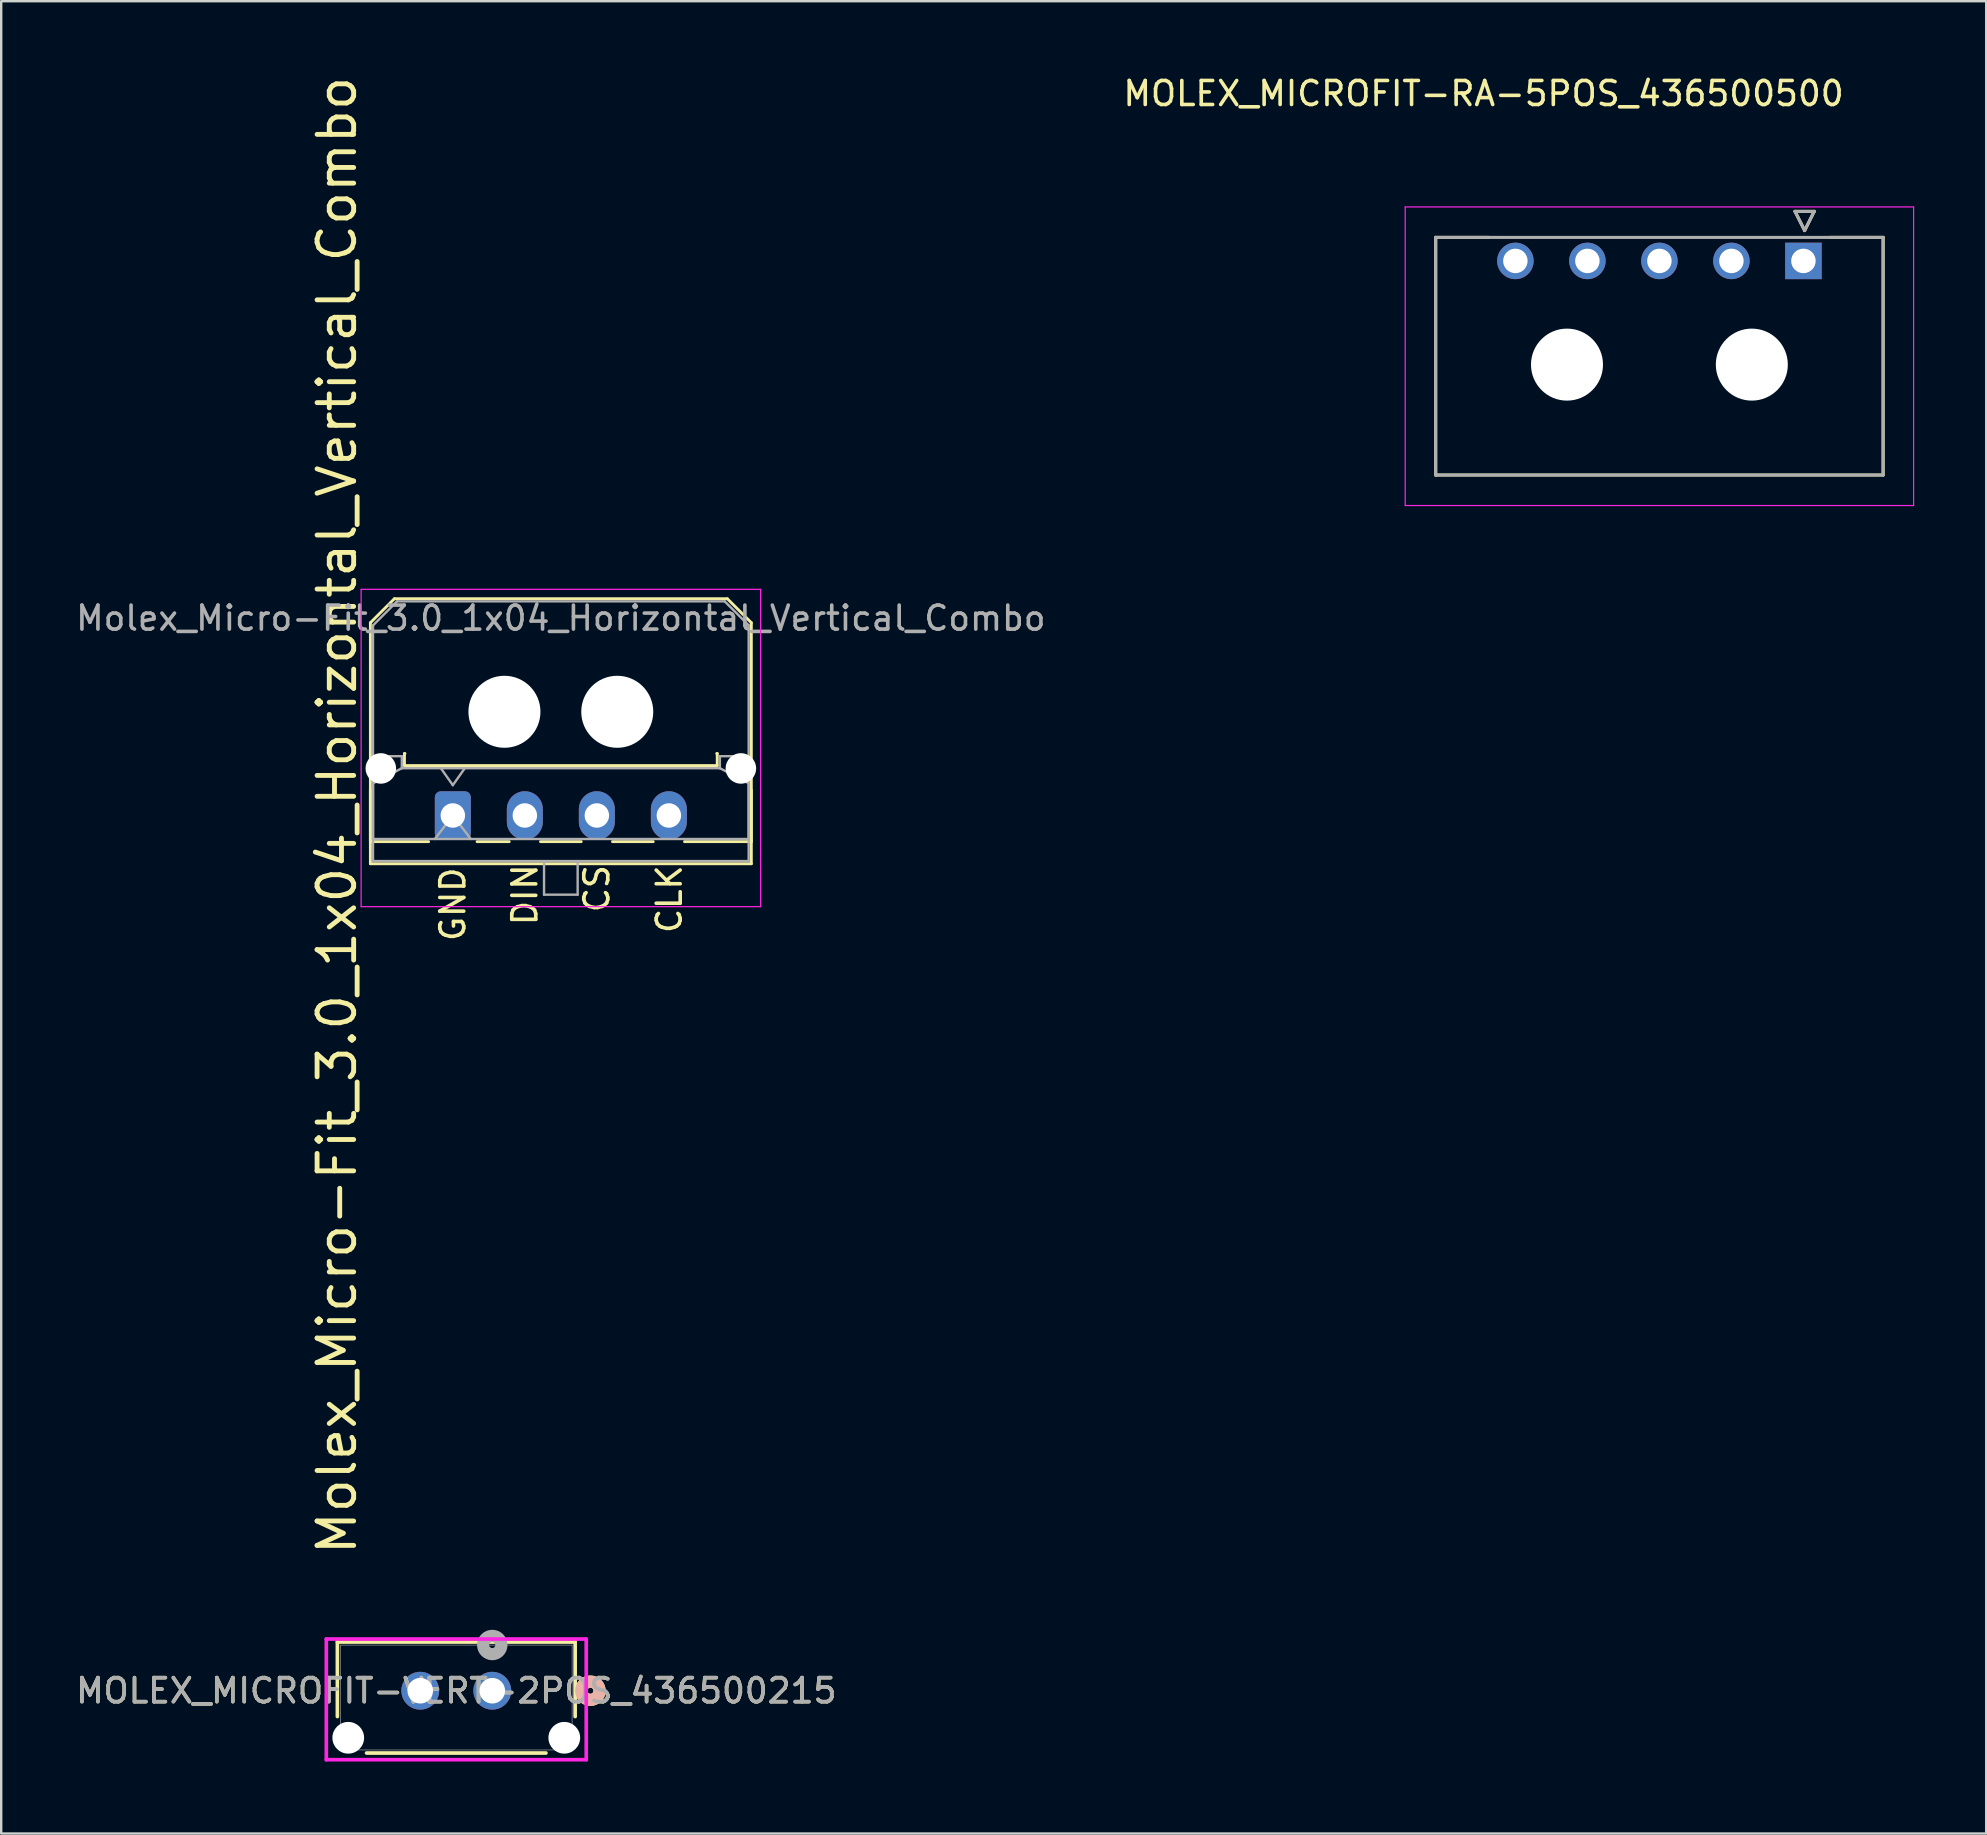
<source format=kicad_pcb>
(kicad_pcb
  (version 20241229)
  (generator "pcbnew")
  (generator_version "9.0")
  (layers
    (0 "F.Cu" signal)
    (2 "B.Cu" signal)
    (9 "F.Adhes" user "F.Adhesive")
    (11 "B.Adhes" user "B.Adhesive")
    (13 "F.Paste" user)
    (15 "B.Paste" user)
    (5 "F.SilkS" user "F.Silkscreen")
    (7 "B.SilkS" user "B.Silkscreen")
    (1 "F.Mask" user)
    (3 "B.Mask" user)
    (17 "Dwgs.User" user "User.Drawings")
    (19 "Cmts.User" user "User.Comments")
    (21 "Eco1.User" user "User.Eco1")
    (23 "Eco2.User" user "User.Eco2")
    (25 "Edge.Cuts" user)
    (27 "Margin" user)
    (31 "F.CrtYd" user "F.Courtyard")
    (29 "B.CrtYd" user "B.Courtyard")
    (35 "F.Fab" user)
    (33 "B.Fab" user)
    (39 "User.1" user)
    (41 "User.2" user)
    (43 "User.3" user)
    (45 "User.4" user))
  (footprint "Molex_Micro-Fit_3.0_1x04_Horizontal_Vertical_Combo"
    (layer "F.Cu")
    (at 15.815 30.923)
    (property "Reference" "Molex_Micro-Fit_3.0_1x04_Horizontal_Vertical_Combo" (at -4.826 0 90) (layer "F.SilkS") (effects (font (size 1.524 1.524) (thickness 0.203))))
    (attr through_hole)
    (fp_line (start -3.435 -8.03) (end -2.435 -9.03) (stroke (width 0.12) (type solid)) (layer "F.SilkS"))
    (fp_line (start -3.435 -1.065) (end -3.435 2.01) (stroke (width 0.12) (type solid)) (layer "F.SilkS"))
    (fp_line (start -3.435 1.09) (end -3.435 -8.03) (stroke (width 0.12) (type solid)) (layer "F.SilkS"))
    (fp_line (start -3.435 1.09) (end -1.01 1.09) (stroke (width 0.12) (type solid)) (layer "F.SilkS"))
    (fp_line (start -3.435 2.01) (end 12.435 2.01) (stroke (width 0.12) (type solid)) (layer "F.SilkS"))
    (fp_line (start -2.435 -9.03) (end 11.435 -9.03) (stroke (width 0.12) (type solid)) (layer "F.SilkS"))
    (fp_line (start -2.015 -2.58) (end -2.015 -2.08) (stroke (width 0.12) (type solid)) (layer "F.SilkS"))
    (fp_line (start -2.015 -2.08) (end 11.015 -2.08) (stroke (width 0.12) (type solid)) (layer "F.SilkS"))
    (fp_line (start -1.995 -2.58) (end -2.015 -2.58) (stroke (width 0.12) (type solid)) (layer "F.SilkS"))
    (fp_line (start 1.01 1.09) (end 2.348 1.09) (stroke (width 0.12) (type solid)) (layer "F.SilkS"))
    (fp_line (start 3.652 1.09) (end 5.348 1.09) (stroke (width 0.12) (type solid)) (layer "F.SilkS"))
    (fp_line (start 6.652 1.09) (end 8.348 1.09) (stroke (width 0.12) (type solid)) (layer "F.SilkS"))
    (fp_line (start 11.015 -2.58) (end 10.995 -2.58) (stroke (width 0.12) (type solid)) (layer "F.SilkS"))
    (fp_line (start 11.015 -2.08) (end 11.015 -2.58) (stroke (width 0.12) (type solid)) (layer "F.SilkS"))
    (fp_line (start 11.435 -9.03) (end 12.435 -8.03) (stroke (width 0.12) (type solid)) (layer "F.SilkS"))
    (fp_line (start 12.435 -8.03) (end 12.435 1.09) (stroke (width 0.12) (type solid)) (layer "F.SilkS"))
    (fp_line (start 12.435 1.09) (end 9.652 1.09) (stroke (width 0.12) (type solid)) (layer "F.SilkS"))
    (fp_line (start 12.435 2.01) (end 12.435 -1.065) (stroke (width 0.12) (type solid)) (layer "F.SilkS"))
    (fp_line (start -3.82 -9.42) (end 12.82 -9.42) (stroke (width 0.05) (type solid)) (layer "F.CrtYd"))
    (fp_line (start -3.82 3.8) (end -3.82 -9.42) (stroke (width 0.05) (type solid)) (layer "F.CrtYd"))
    (fp_line (start 12.82 -9.42) (end 12.82 3.8) (stroke (width 0.05) (type solid)) (layer "F.CrtYd"))
    (fp_line (start 12.82 3.8) (end -3.82 3.8) (stroke (width 0.05) (type solid)) (layer "F.CrtYd"))
    (fp_line (start -3.325 -7.92) (end -2.325 -8.92) (stroke (width 0.1) (type solid)) (layer "F.Fab"))
    (fp_line (start -3.325 -2.47) (end -3.325 1.9) (stroke (width 0.1) (type solid)) (layer "F.Fab"))
    (fp_line (start -3.325 -1.34) (end -2.125 -1.97) (stroke (width 0.1) (type solid)) (layer "F.Fab"))
    (fp_line (start -3.325 0.98) (end -3.325 -7.92) (stroke (width 0.1) (type solid)) (layer "F.Fab"))
    (fp_line (start -3.325 1.9) (end 12.325 1.9) (stroke (width 0.1) (type solid)) (layer "F.Fab"))
    (fp_line (start -2.325 -8.92) (end 11.325 -8.92) (stroke (width 0.1) (type solid)) (layer "F.Fab"))
    (fp_line (start -2.125 -2.47) (end -3.325 -2.47) (stroke (width 0.1) (type solid)) (layer "F.Fab"))
    (fp_line (start -2.125 -1.97) (end -2.125 -2.47) (stroke (width 0.1) (type solid)) (layer "F.Fab"))
    (fp_line (start -0.75 0.98) (end 0 0) (stroke (width 0.1) (type solid)) (layer "F.Fab"))
    (fp_line (start -0.5 -1.97) (end 0 -1.263) (stroke (width 0.1) (type solid)) (layer "F.Fab"))
    (fp_line (start 0 -1.263) (end 0.5 -1.97) (stroke (width 0.1) (type solid)) (layer "F.Fab"))
    (fp_line (start 0 0) (end 0.75 0.98) (stroke (width 0.1) (type solid)) (layer "F.Fab"))
    (fp_line (start 3.8 1.9) (end 3.8 3.3) (stroke (width 0.1) (type solid)) (layer "F.Fab"))
    (fp_line (start 3.8 3.3) (end 5.2 3.3) (stroke (width 0.1) (type solid)) (layer "F.Fab"))
    (fp_line (start 5.2 3.3) (end 5.2 1.9) (stroke (width 0.1) (type solid)) (layer "F.Fab"))
    (fp_line (start 11.125 -2.47) (end 11.125 -1.97) (stroke (width 0.1) (type solid)) (layer "F.Fab"))
    (fp_line (start 11.125 -1.97) (end -2.125 -1.97) (stroke (width 0.1) (type solid)) (layer "F.Fab"))
    (fp_line (start 11.325 -8.92) (end 12.325 -7.92) (stroke (width 0.1) (type solid)) (layer "F.Fab"))
    (fp_line (start 12.325 -7.92) (end 12.325 0.98) (stroke (width 0.1) (type solid)) (layer "F.Fab"))
    (fp_line (start 12.325 -2.47) (end 11.125 -2.47) (stroke (width 0.1) (type solid)) (layer "F.Fab"))
    (fp_line (start 12.325 -1.34) (end 11.125 -1.97) (stroke (width 0.1) (type solid)) (layer "F.Fab"))
    (fp_line (start 12.325 0.98) (end -3.325 0.98) (stroke (width 0.1) (type solid)) (layer "F.Fab"))
    (fp_line (start 12.325 1.9) (end 12.325 -2.47) (stroke (width 0.1) (type solid)) (layer "F.Fab"))
    (fp_text user "DIN" (at 3 3.302 90) (layer "F.SilkS") (effects (font (size 1 1) (thickness 0.15))))
    (fp_text user "CS" (at 6 3.048 90) (layer "F.SilkS") (effects (font (size 1 1) (thickness 0.15))))
    (fp_text user "GND" (at 0 3.7 90) (layer "F.SilkS") (effects (font (size 1 1) (thickness 0.15))))
    (fp_text user "CLK" (at 9.017 3.487 90) (layer "F.SilkS") (effects (font (size 1 1) (thickness 0.15))))
    (fp_text user "${REFERENCE}" (at 4.5 -8.22 0) (layer "F.Fab") (effects (font (size 1 1) (thickness 0.15))))
    (pad "" np_thru_hole circle (at -3 -1.96) (size 1.27 1.27) (drill 1.27) (layers "*.Cu" "*.Mask"))
    (pad "" np_thru_hole circle (at 2.15 -4.32) (size 3 3) (drill 3) (layers "*.Cu" "*.Mask"))
    (pad "" np_thru_hole circle (at 6.85 -4.32) (size 3 3) (drill 3) (layers "*.Cu" "*.Mask"))
    (pad "" np_thru_hole circle (at 12 -1.96) (size 1.27 1.27) (drill 1.27) (layers "*.Cu" "*.Mask"))
    (pad "1" thru_hole roundrect (at 0 0) (size 1.5 2.02) (drill 1.02) (layers "*.Cu" "*.Mask") (roundrect_rratio 0.167))
    (pad "2" thru_hole oval (at 3 0) (size 1.5 2.02) (drill 1.02) (layers "*.Cu" "*.Mask"))
    (pad "3" thru_hole oval (at 6 0) (size 1.5 2.02) (drill 1.02) (layers "*.Cu" "*.Mask"))
    (pad "4" thru_hole oval (at 9 0) (size 1.5 2.02) (drill 1.02) (layers "*.Cu" "*.Mask")))
  (footprint "MOLEX_MICROFIT-VERT-2POS_436500215"
    (layer "F.Cu")
    (at 15.958 67.67)
    (property "Reference" "MOLEX_MICROFIT-VERT-2POS_436500215" (at 0 -0.284 0) (unlocked yes) (layer "F.SilkS") (effects (font (size 1 1) (thickness 0.15))))
    (attr through_hole)
    (fp_line (start -4.953 -2.311) (end -4.953 0.792) (stroke (width 0.152) (type solid)) (layer "F.SilkS"))
    (fp_line (start -3.737 2.311) (end 3.737 2.311) (stroke (width 0.152) (type solid)) (layer "F.SilkS"))
    (fp_line (start 4.953 -2.311) (end -4.953 -2.311) (stroke (width 0.152) (type solid)) (layer "F.SilkS"))
    (fp_line (start 4.953 0.792) (end 4.953 -2.311) (stroke (width 0.152) (type solid)) (layer "F.SilkS"))
    (fp_circle (center 5.588 -0.284) (end 5.969 -0.284) (stroke (width 0.508) (type solid)) (fill no) (layer "F.SilkS"))
    (fp_circle (center 5.588 -0.284) (end 5.969 -0.284) (stroke (width 0.508) (type solid)) (fill no) (layer "B.SilkS"))
    (fp_line (start -5.414 -2.438) (end -5.414 2.59) (stroke (width 0.152) (type solid)) (layer "F.CrtYd"))
    (fp_line (start -5.414 2.59) (end 5.414 2.59) (stroke (width 0.152) (type solid)) (layer "F.CrtYd"))
    (fp_line (start 5.414 -2.438) (end -5.414 -2.438) (stroke (width 0.152) (type solid)) (layer "F.CrtYd"))
    (fp_line (start 5.414 2.59) (end 5.414 -2.438) (stroke (width 0.152) (type solid)) (layer "F.CrtYd"))
    (fp_line (start -4.826 -2.184) (end -4.826 2.184) (stroke (width 0.025) (type solid)) (layer "F.Fab"))
    (fp_line (start -4.826 2.184) (end 4.826 2.184) (stroke (width 0.025) (type solid)) (layer "F.Fab"))
    (fp_line (start 4.826 -2.184) (end -4.826 -2.184) (stroke (width 0.025) (type solid)) (layer "F.Fab"))
    (fp_line (start 4.826 2.184) (end 4.826 -2.184) (stroke (width 0.025) (type solid)) (layer "F.Fab"))
    (fp_circle (center 1.5 -2.189) (end 1.881 -2.189) (stroke (width 0.508) (type solid)) (fill no) (layer "F.Fab"))
    (fp_text user "${REFERENCE}" (at 0 -0.284 0) (unlocked yes) (layer "F.Fab") (effects (font (size 1 1) (thickness 0.15))))
    (pad "" np_thru_hole circle (at -4.5 1.676) (size 1.321 1.321) (drill 1.321) (layers "*.Cu" "*.Mask"))
    (pad "" np_thru_hole circle (at 4.5 1.676) (size 1.321 1.321) (drill 1.321) (layers "*.Cu" "*.Mask"))
    (pad "1" thru_hole circle (at 1.5 -0.284) (size 1.575 1.575) (drill 1.067) (layers "*.Cu" "*.Mask"))
    (pad "2" thru_hole circle (at -1.5 -0.284) (size 1.575 1.575) (drill 1.067) (layers "*.Cu" "*.Mask")))
  (footprint "MOLEX_MICROFIT-RA-5POS_436500500"
    (layer "F.Cu")
    (at 72.081 7.82)
    (property "Reference" "MOLEX_MICROFIT-RA-5POS_436500500" (at -13.325 -6.972 0) (layer "F.SilkS") (effects (font (size 1 1) (thickness 0.15))))
    (attr through_hole)
    (fp_circle (center -12 0) (end -11.582 0) (stroke (width 0.836) (type solid)) (fill no) (layer "F.Mask"))
    (fp_circle (center -9.85 4.32) (end -9.062 4.32) (stroke (width 1.576) (type solid)) (fill no) (layer "F.Mask"))
    (fp_circle (center -9 0) (end -8.582 0) (stroke (width 0.836) (type solid)) (fill no) (layer "F.Mask"))
    (fp_circle (center -6 0) (end -5.582 0) (stroke (width 0.836) (type solid)) (fill no) (layer "F.Mask"))
    (fp_circle (center -3 0) (end -2.582 0) (stroke (width 0.836) (type solid)) (fill no) (layer "F.Mask"))
    (fp_circle (center -2.15 4.32) (end -1.362 4.32) (stroke (width 1.576) (type solid)) (fill no) (layer "F.Mask"))
    (fp_poly (pts (xy -0.836 -0.836) (xy 0.836 -0.836) (xy 0.836 0.836) (xy -0.836 0.836)) (stroke (width 0.01) (type solid)) (fill yes) (layer "F.Mask"))
    (fp_circle (center -12 0) (end -11.582 0) (stroke (width 0.836) (type solid)) (fill no) (layer "B.Mask"))
    (fp_circle (center -9.85 4.32) (end -9.062 4.32) (stroke (width 1.576) (type solid)) (fill no) (layer "B.Mask"))
    (fp_circle (center -9 0) (end -8.582 0) (stroke (width 0.836) (type solid)) (fill no) (layer "B.Mask"))
    (fp_circle (center -6 0) (end -5.582 0) (stroke (width 0.836) (type solid)) (fill no) (layer "B.Mask"))
    (fp_circle (center -3 0) (end -2.582 0) (stroke (width 0.836) (type solid)) (fill no) (layer "B.Mask"))
    (fp_circle (center -2.15 4.32) (end -1.362 4.32) (stroke (width 1.576) (type solid)) (fill no) (layer "B.Mask"))
    (fp_poly (pts (xy -0.836 -0.836) (xy 0.836 -0.836) (xy 0.836 0.836) (xy -0.836 0.836)) (stroke (width 0.01) (type solid)) (fill yes) (layer "B.Mask"))
    (fp_line (start -15.32 -0.98) (end -13.11 -0.98) (stroke (width 0.127) (type solid)) (layer "F.SilkS"))
    (fp_line (start -15.32 8.92) (end -15.32 -0.98) (stroke (width 0.127) (type solid)) (layer "F.SilkS"))
    (fp_line (start -0.35 -2.064) (end 0.45 -2.064) (stroke (width 0.127) (type solid)) (layer "F.SilkS"))
    (fp_line (start 0.05 -1.264) (end -0.35 -2.064) (stroke (width 0.127) (type solid)) (layer "F.SilkS"))
    (fp_line (start 0.45 -2.064) (end 0.05 -1.264) (stroke (width 0.127) (type solid)) (layer "F.SilkS"))
    (fp_line (start 3.32 -0.98) (end 1.11 -0.98) (stroke (width 0.127) (type solid)) (layer "F.SilkS"))
    (fp_line (start 3.32 8.92) (end -15.32 8.92) (stroke (width 0.127) (type solid)) (layer "F.SilkS"))
    (fp_line (start 3.32 8.92) (end 3.32 -0.98) (stroke (width 0.127) (type solid)) (layer "F.SilkS"))
    (fp_line (start -16.59 -2.25) (end 4.59 -2.25) (stroke (width 0.05) (type solid)) (layer "F.CrtYd"))
    (fp_line (start -16.59 10.19) (end -16.59 -2.25) (stroke (width 0.05) (type solid)) (layer "F.CrtYd"))
    (fp_line (start 4.59 10.19) (end -16.59 10.19) (stroke (width 0.05) (type solid)) (layer "F.CrtYd"))
    (fp_line (start 4.59 10.19) (end 4.59 -2.25) (stroke (width 0.05) (type solid)) (layer "F.CrtYd"))
    (fp_line (start -15.32 -0.98) (end 3.32 -0.98) (stroke (width 0.127) (type solid)) (layer "F.Fab"))
    (fp_line (start -15.32 8.92) (end -15.32 -0.98) (stroke (width 0.127) (type solid)) (layer "F.Fab"))
    (fp_line (start -0.35 -2.064) (end 0.45 -2.064) (stroke (width 0.127) (type solid)) (layer "F.Fab"))
    (fp_line (start 0.05 -1.264) (end -0.35 -2.064) (stroke (width 0.127) (type solid)) (layer "F.Fab"))
    (fp_line (start 0.45 -2.064) (end 0.05 -1.264) (stroke (width 0.127) (type solid)) (layer "F.Fab"))
    (fp_line (start 3.32 8.92) (end -15.32 8.92) (stroke (width 0.127) (type solid)) (layer "F.Fab"))
    (fp_line (start 3.32 8.92) (end 3.32 -0.98) (stroke (width 0.127) (type solid)) (layer "F.Fab"))
    (pad "" np_thru_hole circle (at -9.85 4.32) (size 3 3) (drill 3) (layers "*.Cu" "*.Mask"))
    (pad "" np_thru_hole circle (at -2.15 4.32) (size 3 3) (drill 3) (layers "*.Cu" "*.Mask"))
    (pad "1" thru_hole rect (at 0 0) (size 1.52 1.52) (drill 1.02) (layers "*.Cu"))
    (pad "2" thru_hole circle (at -3 0) (size 1.52 1.52) (drill 1.02) (layers "*.Cu"))
    (pad "3" thru_hole circle (at -6 0) (size 1.52 1.52) (drill 1.02) (layers "*.Cu"))
    (pad "4" thru_hole circle (at -9 0) (size 1.52 1.52) (drill 1.02) (layers "*.Cu"))
    (pad "5" thru_hole circle (at -12 0) (size 1.52 1.52) (drill 1.02) (layers "*.Cu")))
  (gr_rect
    (start -3 -3)
    (end 79.696 73.336)
    (stroke (width 0.1) (type default))
    (fill no)
    (layer "Edge.Cuts")))
</source>
